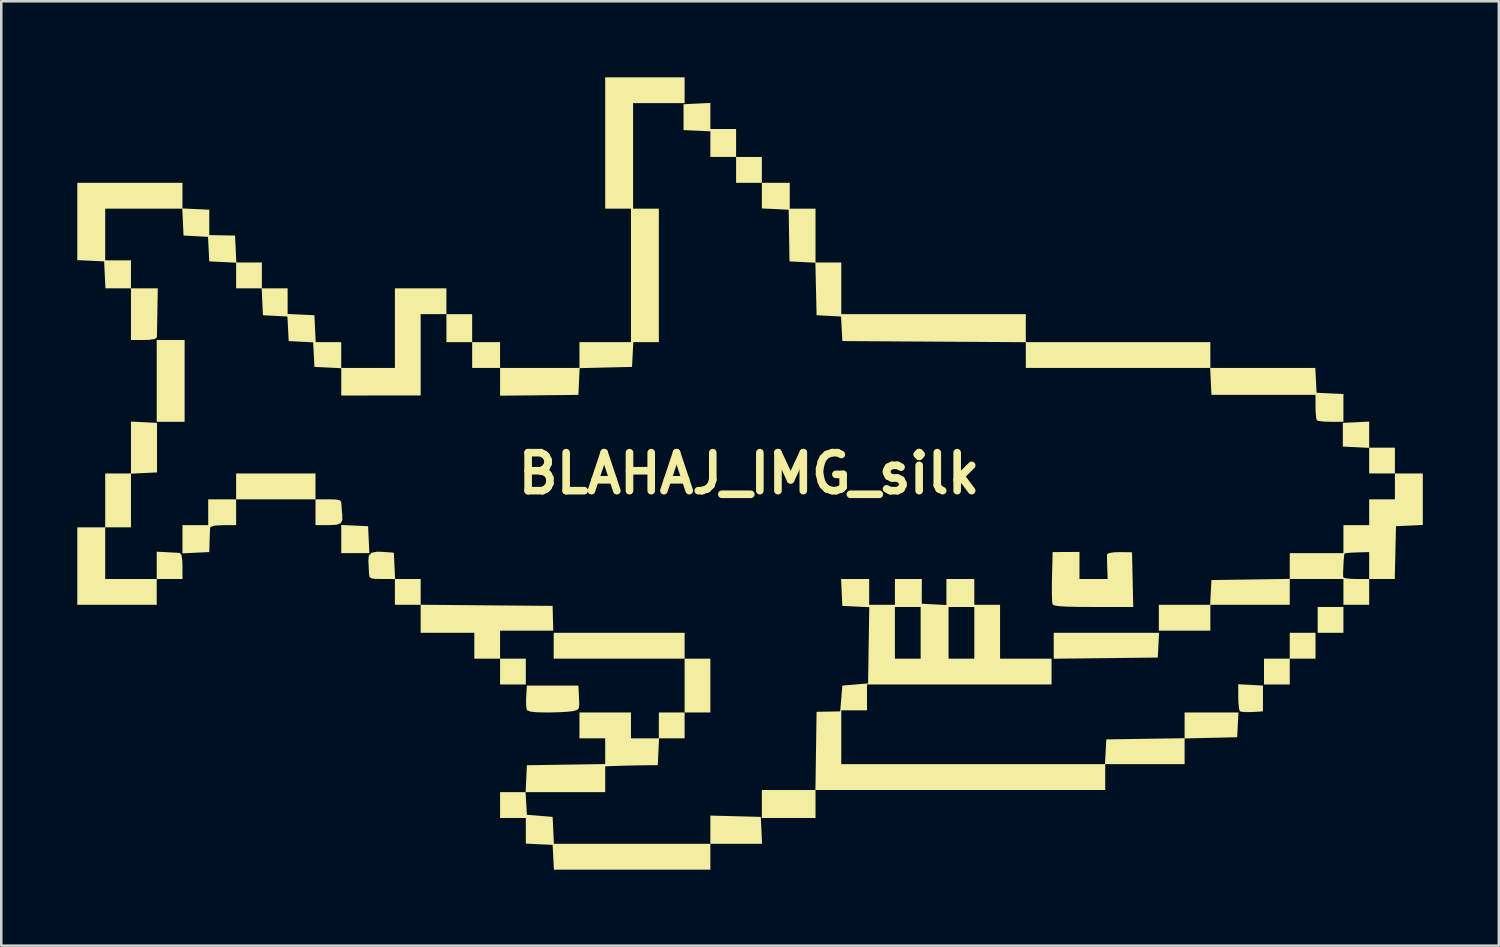
<source format=kicad_pcb>
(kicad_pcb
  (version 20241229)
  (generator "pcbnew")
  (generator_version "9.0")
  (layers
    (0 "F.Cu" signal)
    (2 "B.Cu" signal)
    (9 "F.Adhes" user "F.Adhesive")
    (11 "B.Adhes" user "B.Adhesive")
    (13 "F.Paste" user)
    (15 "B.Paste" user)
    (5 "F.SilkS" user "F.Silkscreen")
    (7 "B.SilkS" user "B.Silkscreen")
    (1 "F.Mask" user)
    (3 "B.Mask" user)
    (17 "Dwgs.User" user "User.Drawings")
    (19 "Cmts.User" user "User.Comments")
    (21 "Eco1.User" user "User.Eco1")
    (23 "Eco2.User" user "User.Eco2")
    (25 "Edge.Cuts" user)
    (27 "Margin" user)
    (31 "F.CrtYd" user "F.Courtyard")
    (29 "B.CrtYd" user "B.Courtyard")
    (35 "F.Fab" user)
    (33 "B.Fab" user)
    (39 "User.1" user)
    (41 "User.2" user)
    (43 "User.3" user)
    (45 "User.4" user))
  (footprint "BLAHAJ_IMG_silk"
    (layer "F.Cu")
    (at 26.501 15.631)
    (property "Reference" "BLAHAJ_IMG_silk" (at 0 0 0) (layer "F.SilkS") (effects (font (size 1.5 1.5) (thickness 0.3))))
    (attr board_only exclude_from_pos_files exclude_from_bom)
    (fp_poly (pts (xy -22.267 -3.653) (xy -22.267 -2.039) (xy -22.818 -2.039) (xy -23.368 -2.039) (xy -23.368 -3.653) (xy -23.368 -5.267) (xy -22.818 -5.267) (xy -22.267 -5.267)) (stroke (width 0) (type solid)) (fill yes) (layer "F.SilkS"))
    (fp_poly (pts (xy -15.557 2.056) (xy -15.028 2.081) (xy -15.003 2.612) (xy -14.978 3.143) (xy -15.532 3.143) (xy -16.087 3.143) (xy -16.087 2.587) (xy -16.087 2.031)) (stroke (width 0) (type solid)) (fill yes) (layer "F.SilkS"))
    (fp_poly (pts (xy -10.922 -5.734) (xy -10.922 -5.182) (xy -11.43 -5.182) (xy -11.938 -5.182) (xy -11.938 -5.734) (xy -11.938 -6.286) (xy -11.43 -6.286) (xy -10.922 -6.286)) (stroke (width 0) (type solid)) (fill yes) (layer "F.SilkS"))
    (fp_poly (pts (xy -8.805 7.815) (xy -8.805 8.325) (xy -9.313 8.325) (xy -9.821 8.325) (xy -9.821 7.815) (xy -9.821 7.306) (xy -9.313 7.306) (xy -8.805 7.306)) (stroke (width 0) (type solid)) (fill yes) (layer "F.SilkS"))
    (fp_poly (pts (xy -2.54 6.796) (xy -2.54 7.306) (xy -5.122 7.306) (xy -7.705 7.306) (xy -7.705 6.796) (xy -7.705 6.286) (xy -5.122 6.286) (xy -2.54 6.286)) (stroke (width 0) (type solid)) (fill yes) (layer "F.SilkS"))
    (fp_poly (pts (xy 0.508 -11.978) (xy 0.508 -11.468) (xy 0 -11.468) (xy -0.508 -11.468) (xy -0.508 -11.978) (xy -0.508 -12.488) (xy 0 -12.488) (xy 0.508 -12.488)) (stroke (width 0) (type solid)) (fill yes) (layer "F.SilkS"))
    (fp_poly (pts (xy 16.154 6.775) (xy 16.129 7.263) (xy 14.076 7.286) (xy 12.023 7.309) (xy 12.023 6.797) (xy 12.023 6.286) (xy 14.101 6.286) (xy 16.18 6.286)) (stroke (width 0) (type solid)) (fill yes) (layer "F.SilkS"))
    (fp_poly (pts (xy 23.453 5.777) (xy 23.453 6.286) (xy 22.945 6.286) (xy 22.437 6.286) (xy 22.437 5.777) (xy 22.437 5.267) (xy 22.945 5.267) (xy 23.453 5.267)) (stroke (width 0) (type solid)) (fill yes) (layer "F.SilkS"))
    (fp_poly (pts (xy 19.791 8.341) (xy 20.278 8.368) (xy 20.278 8.877) (xy 20.278 9.387) (xy 19.851 9.412) (xy 19.595 9.415) (xy 19.412 9.396) (xy 19.364 9.377) (xy 19.332 9.265) (xy 19.31 9.038) (xy 19.304 8.816) (xy 19.304 8.315)) (stroke (width 0) (type solid)) (fill yes) (layer "F.SilkS"))
    (fp_poly (pts (xy -16.312 1.025) (xy -16.159 1.051) (xy -16.094 1.113) (xy -16.08 1.211) (xy -16.064 1.454) (xy -16.049 1.614) (xy -16.043 1.835) (xy -16.109 1.964) (xy -16.277 2.023) (xy -16.58 2.039) (xy -16.604 2.039) (xy -17.103 2.039) (xy -17.103 1.529) (xy -17.103 1.019) (xy -16.595 1.019)) (stroke (width 0) (type solid)) (fill yes) (layer "F.SilkS"))
    (fp_poly (pts (xy -1.524 -14.106) (xy -1.524 -13.592) (xy -1.016 -13.592) (xy -0.508 -13.592) (xy -0.508 -13.04) (xy -0.508 -12.488) (xy -1.016 -12.488) (xy -1.524 -12.488) (xy -1.524 -12.993) (xy -1.524 -13.499) (xy -2.053 -13.524) (xy -2.582 -13.549) (xy -2.582 -14.059) (xy -2.582 -14.569) (xy -2.053 -14.594) (xy -1.524 -14.619)) (stroke (width 0) (type solid)) (fill yes) (layer "F.SilkS"))
    (fp_poly (pts (xy 22.352 6.796) (xy 22.352 7.306) (xy 21.844 7.306) (xy 21.336 7.306) (xy 21.336 7.815) (xy 21.336 8.325) (xy 20.828 8.325) (xy 20.32 8.325) (xy 20.32 7.815) (xy 20.32 7.306) (xy 20.828 7.306) (xy 21.336 7.306) (xy 21.336 6.796) (xy 21.336 6.286) (xy 21.844 6.286) (xy 22.352 6.286)) (stroke (width 0) (type solid)) (fill yes) (layer "F.SilkS"))
    (fp_poly (pts (xy 24.469 -1.533) (xy 24.469 -1.019) (xy 24.977 -1.019) (xy 25.485 -1.019) (xy 25.485 -0.51) (xy 25.485 0) (xy 24.977 0) (xy 24.469 0) (xy 24.469 -0.506) (xy 24.469 -1.011) (xy 23.949 -1.037) (xy 23.429 -1.062) (xy 23.429 -1.529) (xy 23.429 -1.996) (xy 23.949 -2.022) (xy 24.469 -2.047)) (stroke (width 0) (type solid)) (fill yes) (layer "F.SilkS"))
    (fp_poly (pts (xy -6.706 8.845) (xy -6.696 9.116) (xy -6.716 9.264) (xy -6.788 9.334) (xy -6.933 9.372) (xy -6.949 9.376) (xy -7.157 9.4) (xy -7.477 9.419) (xy -7.848 9.429) (xy -7.972 9.429) (xy -8.364 9.422) (xy -8.612 9.397) (xy -8.741 9.35) (xy -8.771 9.312) (xy -8.792 9.162) (xy -8.795 8.915) (xy -8.789 8.782) (xy -8.763 8.368) (xy -7.747 8.368) (xy -6.731 8.368)) (stroke (width 0) (type solid)) (fill yes) (layer "F.SilkS"))
    (fp_poly (pts (xy -17.103 0.51) (xy -17.103 1.019) (xy -18.669 1.019) (xy -20.235 1.019) (xy -20.235 1.529) (xy -20.235 2.039) (xy -20.743 2.039) (xy -21.069 2.055) (xy -21.235 2.104) (xy -21.261 2.145) (xy -21.268 2.288) (xy -21.278 2.531) (xy -21.282 2.676) (xy -21.294 3.101) (xy -21.823 3.126) (xy -22.352 3.151) (xy -22.352 2.595) (xy -22.352 2.039) (xy -21.844 2.039) (xy -21.336 2.039) (xy -21.336 1.529) (xy -21.336 1.019) (xy -20.786 1.019) (xy -20.235 1.019) (xy -20.235 0.51) (xy -20.235 0) (xy -18.669 0) (xy -17.103 0)) (stroke (width 0) (type solid)) (fill yes) (layer "F.SilkS"))
    (fp_poly (pts (xy 13.039 3.629) (xy 13.039 4.163) (xy 13.595 4.163) (xy 14.152 4.163) (xy 14.135 3.717) (xy 14.127 3.447) (xy 14.126 3.246) (xy 14.129 3.184) (xy 14.212 3.138) (xy 14.418 3.109) (xy 14.626 3.103) (xy 15.113 3.108) (xy 15.137 4.188) (xy 15.16 5.267) (xy 13.589 5.267) (xy 13.007 5.264) (xy 12.575 5.255) (xy 12.274 5.239) (xy 12.087 5.213) (xy 11.993 5.178) (xy 11.975 5.156) (xy 11.96 5.03) (xy 11.951 4.773) (xy 11.95 4.425) (xy 11.956 4.072) (xy 11.98 3.101) (xy 12.509 3.098) (xy 13.039 3.095)) (stroke (width 0) (type solid)) (fill yes) (layer "F.SilkS"))
    (fp_poly (pts (xy -8.789 13.019) (xy -8.763 13.465) (xy -8.255 13.507) (xy -7.747 13.549) (xy -7.722 14.08) (xy -7.697 14.611) (xy -4.61 14.611) (xy -1.524 14.611) (xy -1.524 14.054) (xy -1.524 13.497) (xy -0.529 13.523) (xy 0.466 13.549) (xy 0.491 14.08) (xy 0.516 14.611) (xy -0.504 14.611) (xy -1.524 14.611) (xy -1.524 15.121) (xy -1.524 15.631) (xy -4.61 15.631) (xy -7.696 15.631) (xy -7.722 15.142) (xy -7.747 14.654) (xy -8.276 14.629) (xy -8.805 14.603) (xy -8.805 14.098) (xy -8.805 13.592) (xy -9.313 13.592) (xy -9.821 13.592) (xy -9.821 13.082) (xy -9.821 12.573) (xy -9.317 12.573) (xy -8.814 12.573)) (stroke (width 0) (type solid)) (fill yes) (layer "F.SilkS"))
    (fp_poly (pts (xy -14.429 3.094) (xy -14.012 3.126) (xy -13.987 3.644) (xy -13.962 4.163) (xy -13.458 4.163) (xy -12.954 4.163) (xy -12.954 4.671) (xy -12.954 5.179) (xy -10.351 5.202) (xy -7.747 5.224) (xy -7.735 5.713) (xy -7.723 6.201) (xy -8.772 6.201) (xy -9.821 6.201) (xy -9.821 6.754) (xy -9.821 7.306) (xy -10.329 7.306) (xy -10.837 7.306) (xy -10.837 6.796) (xy -10.837 6.286) (xy -11.896 6.286) (xy -12.954 6.286) (xy -12.954 5.734) (xy -12.954 5.182) (xy -13.462 5.182) (xy -13.97 5.182) (xy -13.97 4.672) (xy -13.97 4.163) (xy -14.478 4.163) (xy -14.759 4.159) (xy -14.912 4.134) (xy -14.976 4.071) (xy -14.992 3.952) (xy -14.993 3.929) (xy -15.005 3.653) (xy -15.017 3.457) (xy -14.999 3.244) (xy -14.89 3.126) (xy -14.664 3.085)) (stroke (width 0) (type solid)) (fill yes) (layer "F.SilkS"))
    (fp_poly (pts (xy -23.869 -2.022) (xy -23.355 -1.996) (xy -23.355 -1.019) (xy -23.355 -0.042) (xy -23.869 -0.017) (xy -24.384 0.008) (xy -24.384 1.066) (xy -24.384 2.124) (xy -24.892 2.124) (xy -25.4 2.124) (xy -25.4 3.143) (xy -25.4 4.163) (xy -24.384 4.163) (xy -23.368 4.163) (xy -23.368 3.624) (xy -23.368 3.085) (xy -22.966 3.106) (xy -22.704 3.12) (xy -22.507 3.132) (xy -22.458 3.135) (xy -22.391 3.216) (xy -22.357 3.452) (xy -22.352 3.653) (xy -22.352 4.163) (xy -22.86 4.163) (xy -23.368 4.163) (xy -23.368 4.672) (xy -23.368 5.182) (xy -24.934 5.182) (xy -26.501 5.182) (xy -26.501 3.653) (xy -26.501 2.124) (xy -25.95 2.124) (xy -25.4 2.124) (xy -25.4 1.062) (xy -25.4 0) (xy -24.892 0) (xy -24.384 0) (xy -24.384 -1.023) (xy -24.384 -2.047)) (stroke (width 0) (type solid)) (fill yes) (layer "F.SilkS"))
    (fp_poly (pts (xy -1.524 8.368) (xy -1.524 9.429) (xy -2.032 9.429) (xy -2.54 9.429) (xy -2.54 9.939) (xy -2.54 10.449) (xy -3.044 10.449) (xy -3.548 10.449) (xy -3.573 10.979) (xy -3.598 11.508) (xy -4.064 11.512) (xy -4.412 11.517) (xy -4.822 11.526) (xy -5.101 11.534) (xy -5.673 11.553) (xy -5.673 12.063) (xy -5.673 12.573) (xy -7.243 12.573) (xy -8.813 12.573) (xy -8.788 12.042) (xy -8.763 11.511) (xy -7.218 11.488) (xy -5.673 11.464) (xy -5.673 10.957) (xy -5.673 10.449) (xy -6.181 10.449) (xy -6.689 10.449) (xy -6.689 9.939) (xy -6.689 9.429) (xy -5.673 9.429) (xy -4.657 9.429) (xy -4.657 9.939) (xy -4.657 10.449) (xy -4.106 10.449) (xy -3.556 10.449) (xy -3.556 9.939) (xy -3.556 9.429) (xy -3.048 9.429) (xy -2.54 9.429) (xy -2.54 8.368) (xy -2.54 7.306) (xy -2.032 7.306) (xy -1.524 7.306)) (stroke (width 0) (type solid)) (fill yes) (layer "F.SilkS"))
    (fp_poly (pts (xy -2.54 -15.121) (xy -2.54 -14.611) (xy -3.556 -14.611) (xy -4.572 -14.611) (xy -4.572 -12.53) (xy -4.572 -10.449) (xy -4.064 -10.449) (xy -3.556 -10.449) (xy -3.556 -7.815) (xy -3.556 -5.182) (xy -4.06 -5.182) (xy -4.564 -5.182) (xy -4.589 -4.693) (xy -4.614 -4.205) (xy -5.648 -4.181) (xy -6.681 -4.157) (xy -6.706 -3.629) (xy -6.731 -3.101) (xy -8.276 -3.085) (xy -9.821 -3.069) (xy -9.821 -3.616) (xy -9.821 -4.163) (xy -10.372 -4.163) (xy -10.922 -4.163) (xy -10.922 -4.672) (xy -10.922 -5.182) (xy -10.372 -5.182) (xy -9.821 -5.182) (xy -9.821 -4.672) (xy -9.821 -4.163) (xy -8.255 -4.163) (xy -6.689 -4.163) (xy -6.689 -4.672) (xy -6.689 -5.182) (xy -5.673 -5.182) (xy -4.657 -5.182) (xy -4.657 -7.815) (xy -4.657 -10.449) (xy -5.165 -10.449) (xy -5.673 -10.449) (xy -5.673 -13.04) (xy -5.673 -15.631) (xy -4.106 -15.631) (xy -2.54 -15.631)) (stroke (width 0) (type solid)) (fill yes) (layer "F.SilkS"))
    (fp_poly (pts (xy 1.609 -10.959) (xy 1.609 -10.449) (xy 2.117 -10.449) (xy 2.625 -10.449) (xy 2.625 -9.387) (xy 2.625 -8.325) (xy 3.133 -8.325) (xy 3.641 -8.325) (xy 3.641 -7.306) (xy 3.641 -6.286) (xy 7.281 -6.286) (xy 10.922 -6.286) (xy 10.922 -5.734) (xy 10.922 -5.182) (xy 14.563 -5.182) (xy 18.203 -5.182) (xy 18.203 -4.672) (xy 18.203 -4.163) (xy 20.273 -4.163) (xy 22.344 -4.163) (xy 22.369 -3.674) (xy 22.394 -3.186) (xy 22.924 -3.16) (xy 23.453 -3.135) (xy 23.453 -2.587) (xy 23.453 -2.039) (xy 22.959 -2.039) (xy 22.683 -2.048) (xy 22.48 -2.071) (xy 22.408 -2.095) (xy 22.377 -2.205) (xy 22.357 -2.429) (xy 22.352 -2.626) (xy 22.352 -3.101) (xy 20.299 -3.101) (xy 18.246 -3.101) (xy 18.22 -3.632) (xy 18.195 -4.163) (xy 14.559 -4.163) (xy 10.922 -4.163) (xy 10.922 -4.671) (xy 10.922 -5.18) (xy 7.303 -5.202) (xy 3.683 -5.224) (xy 3.658 -5.709) (xy 3.632 -6.193) (xy 3.15 -6.218) (xy 2.667 -6.244) (xy 2.643 -7.28) (xy 2.62 -8.317) (xy 2.109 -8.342) (xy 1.598 -8.368) (xy 1.582 -9.387) (xy 1.566 -10.406) (xy 1.037 -10.432) (xy 0.508 -10.457) (xy 0.508 -10.963) (xy 0.508 -11.468) (xy 1.058 -11.468) (xy 1.609 -11.468)) (stroke (width 0) (type solid)) (fill yes) (layer "F.SilkS"))
    (fp_poly (pts (xy 26.585 1.015) (xy 26.585 2.031) (xy 26.056 2.056) (xy 25.527 2.081) (xy 25.503 3.122) (xy 25.479 4.163) (xy 24.974 4.163) (xy 24.469 4.163) (xy 24.469 4.672) (xy 24.469 5.182) (xy 23.961 5.182) (xy 23.453 5.182) (xy 23.453 4.672) (xy 23.453 4.163) (xy 22.394 4.163) (xy 21.336 4.163) (xy 21.336 4.672) (xy 21.336 5.182) (xy 19.77 5.182) (xy 18.203 5.182) (xy 18.203 5.692) (xy 18.203 6.201) (xy 17.187 6.201) (xy 16.171 6.201) (xy 16.171 5.692) (xy 16.171 5.182) (xy 17.183 5.182) (xy 18.195 5.182) (xy 18.22 4.693) (xy 18.246 4.205) (xy 19.791 4.182) (xy 21.336 4.159) (xy 21.336 3.927) (xy 23.442 3.927) (xy 23.444 4.087) (xy 23.445 4.099) (xy 23.526 4.132) (xy 23.73 4.156) (xy 23.961 4.163) (xy 24.469 4.163) (xy 24.469 3.632) (xy 24.469 3.101) (xy 23.997 3.114) (xy 23.733 3.126) (xy 23.55 3.143) (xy 23.496 3.157) (xy 23.479 3.247) (xy 23.462 3.446) (xy 23.449 3.693) (xy 23.442 3.927) (xy 21.336 3.927) (xy 21.336 3.651) (xy 21.336 3.143) (xy 22.394 3.143) (xy 23.453 3.143) (xy 23.453 2.591) (xy 23.453 2.039) (xy 23.961 2.039) (xy 24.469 2.039) (xy 24.469 1.529) (xy 24.469 1.019) (xy 24.977 1.019) (xy 25.485 1.019) (xy 25.485 0.51) (xy 25.485 0) (xy 26.035 0) (xy 26.585 0)) (stroke (width 0) (type solid)) (fill yes) (layer "F.SilkS"))
    (fp_poly (pts (xy -22.352 -10.963) (xy -22.352 -10.457) (xy -21.823 -10.432) (xy -21.294 -10.406) (xy -21.294 -9.906) (xy -21.294 -9.405) (xy -20.786 -9.396) (xy -20.278 -9.387) (xy -20.252 -8.856) (xy -20.227 -8.325) (xy -19.723 -8.325) (xy -19.219 -8.325) (xy -19.219 -7.815) (xy -19.219 -7.306) (xy -18.711 -7.306) (xy -18.203 -7.306) (xy -18.203 -6.8) (xy -18.203 -6.294) (xy -17.674 -6.269) (xy -17.145 -6.244) (xy -17.12 -5.713) (xy -17.095 -5.182) (xy -16.591 -5.182) (xy -16.087 -5.182) (xy -16.087 -4.672) (xy -16.087 -4.163) (xy -15.028 -4.163) (xy -13.97 -4.163) (xy -13.97 -5.734) (xy -13.97 -7.306) (xy -12.954 -7.306) (xy -11.938 -7.306) (xy -11.938 -6.796) (xy -11.938 -6.286) (xy -12.446 -6.286) (xy -12.954 -6.286) (xy -12.954 -4.682) (xy -12.954 -3.077) (xy -14.52 -3.077) (xy -16.087 -3.076) (xy -16.087 -3.615) (xy -16.087 -4.154) (xy -16.616 -4.18) (xy -17.145 -4.205) (xy -17.17 -4.689) (xy -17.196 -5.174) (xy -17.678 -5.199) (xy -18.161 -5.224) (xy -18.186 -5.709) (xy -18.212 -6.193) (xy -18.694 -6.218) (xy -19.177 -6.244) (xy -19.202 -6.775) (xy -19.227 -7.306) (xy -19.731 -7.306) (xy -20.235 -7.306) (xy -20.235 -7.811) (xy -20.235 -8.317) (xy -20.765 -8.342) (xy -21.294 -8.368) (xy -21.319 -8.852) (xy -21.344 -9.336) (xy -21.827 -9.362) (xy -22.31 -9.387) (xy -22.335 -9.918) (xy -22.36 -10.449) (xy -23.88 -10.449) (xy -25.4 -10.449) (xy -25.4 -9.429) (xy -25.4 -8.41) (xy -24.892 -8.41) (xy -24.384 -8.41) (xy -24.384 -7.858) (xy -24.384 -7.306) (xy -23.855 -7.306) (xy -23.326 -7.305) (xy -23.341 -6.392) (xy -23.348 -6.008) (xy -23.354 -5.682) (xy -23.359 -5.455) (xy -23.362 -5.373) (xy -23.44 -5.306) (xy -23.671 -5.272) (xy -23.876 -5.267) (xy -24.384 -5.267) (xy -24.384 -6.286) (xy -24.384 -7.306) (xy -24.888 -7.306) (xy -25.392 -7.306) (xy -25.417 -7.837) (xy -25.442 -8.368) (xy -25.971 -8.393) (xy -26.501 -8.418) (xy -26.501 -9.943) (xy -26.501 -11.468) (xy -24.426 -11.468) (xy -22.352 -11.468)) (stroke (width 0) (type solid)) (fill yes) (layer "F.SilkS"))
    (fp_poly (pts (xy 4.741 4.672) (xy 4.741 5.182) (xy 5.249 5.182) (xy 5.757 5.182) (xy 5.757 4.672) (xy 5.757 4.163) (xy 6.289 4.163) (xy 6.82 4.163) (xy 6.818 4.651) (xy 6.816 5.139) (xy 7.303 5.165) (xy 7.789 5.19) (xy 7.789 4.676) (xy 7.789 4.163) (xy 8.34 4.163) (xy 8.89 4.163) (xy 8.89 4.672) (xy 8.89 5.182) (xy 9.398 5.182) (xy 9.906 5.182) (xy 9.906 6.244) (xy 9.906 7.306) (xy 10.922 7.306) (xy 11.938 7.306) (xy 11.938 7.815) (xy 11.938 8.325) (xy 8.297 8.325) (xy 4.657 8.325) (xy 4.657 8.835) (xy 4.657 9.344) (xy 4.149 9.344) (xy 3.641 9.344) (xy 3.641 10.406) (xy 3.641 11.468) (xy 8.843 11.468) (xy 14.046 11.468) (xy 14.072 10.98) (xy 14.097 10.491) (xy 15.642 10.468) (xy 17.187 10.445) (xy 17.187 9.937) (xy 17.187 9.429) (xy 18.25 9.429) (xy 19.312 9.429) (xy 19.287 9.918) (xy 19.262 10.406) (xy 18.224 10.43) (xy 17.187 10.454) (xy 17.187 10.961) (xy 17.187 11.468) (xy 15.621 11.468) (xy 14.055 11.468) (xy 14.055 11.978) (xy 14.055 12.488) (xy 8.34 12.488) (xy 2.625 12.488) (xy 2.625 13.04) (xy 2.625 13.592) (xy 1.566 13.592) (xy 0.508 13.592) (xy 0.508 13.04) (xy 0.508 12.488) (xy 1.564 12.488) (xy 2.621 12.488) (xy 2.644 10.945) (xy 2.667 9.403) (xy 3.133 9.395) (xy 3.598 9.387) (xy 3.641 8.877) (xy 3.683 8.368) (xy 4.191 8.325) (xy 4.699 8.283) (xy 4.722 6.779) (xy 4.73 6.286) (xy 5.757 6.286) (xy 5.757 7.306) (xy 6.265 7.306) (xy 6.773 7.306) (xy 6.773 6.286) (xy 7.874 6.286) (xy 7.874 7.306) (xy 8.382 7.306) (xy 8.89 7.306) (xy 8.89 6.286) (xy 8.89 5.267) (xy 8.382 5.267) (xy 7.874 5.267) (xy 7.874 6.286) (xy 6.773 6.286) (xy 6.773 5.267) (xy 6.265 5.267) (xy 5.757 5.267) (xy 5.757 6.286) (xy 4.73 6.286) (xy 4.745 5.275) (xy 4.214 5.25) (xy 3.683 5.224) (xy 3.658 4.693) (xy 3.633 4.163) (xy 4.187 4.163) (xy 4.741 4.163)) (stroke (width 0) (type solid)) (fill yes) (layer "F.SilkS")))
  (gr_rect
    (start -3 -3)
    (end 56.086 34.262)
    (stroke (width 0.1) (type default))
    (fill no)
    (layer "Edge.Cuts")))
</source>
